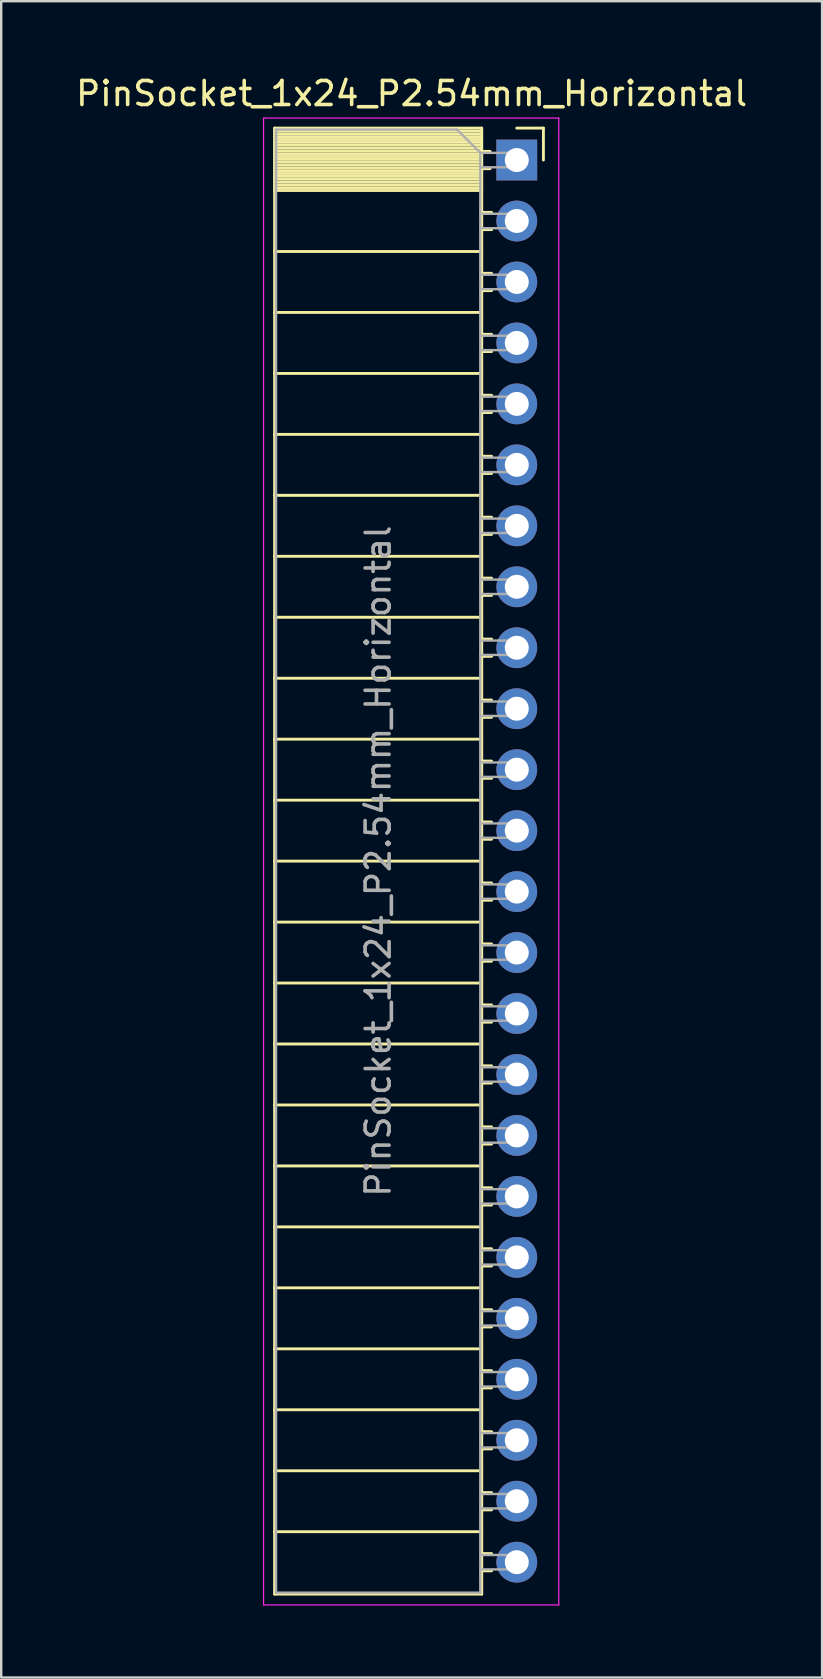
<source format=kicad_pcb>
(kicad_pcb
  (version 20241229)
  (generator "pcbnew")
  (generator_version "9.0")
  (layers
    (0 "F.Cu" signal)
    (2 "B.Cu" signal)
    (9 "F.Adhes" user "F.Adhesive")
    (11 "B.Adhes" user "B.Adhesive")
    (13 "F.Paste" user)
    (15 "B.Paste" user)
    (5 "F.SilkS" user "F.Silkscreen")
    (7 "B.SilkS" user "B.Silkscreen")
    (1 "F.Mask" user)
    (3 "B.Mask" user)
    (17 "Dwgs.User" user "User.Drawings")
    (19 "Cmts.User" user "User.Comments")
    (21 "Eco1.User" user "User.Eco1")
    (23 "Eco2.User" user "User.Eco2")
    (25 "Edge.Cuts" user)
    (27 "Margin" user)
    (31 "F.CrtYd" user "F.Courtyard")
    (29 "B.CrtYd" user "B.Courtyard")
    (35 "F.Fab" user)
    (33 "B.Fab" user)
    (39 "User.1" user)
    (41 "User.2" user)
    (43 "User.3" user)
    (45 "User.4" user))
  (footprint "PinSocket_1x24_P2.54mm_Horizontal"
    (layer "F.Cu")
    (at 18.481 3.618)
    (property "Reference" "PinSocket_1x24_P2.54mm_Horizontal" (at -4.38 -2.77 0) (layer "F.SilkS") (effects (font (size 1 1) (thickness 0.15))))
    (attr through_hole)
    (fp_line (start -10.09 -1.33) (end -10.09 59.75) (stroke (width 0.12) (type solid)) (layer "F.SilkS"))
    (fp_line (start -10.09 -1.33) (end -1.46 -1.33) (stroke (width 0.12) (type solid)) (layer "F.SilkS"))
    (fp_line (start -10.09 -1.21) (end -1.46 -1.21) (stroke (width 0.12) (type solid)) (layer "F.SilkS"))
    (fp_line (start -10.09 -1.092) (end -1.46 -1.092) (stroke (width 0.12) (type solid)) (layer "F.SilkS"))
    (fp_line (start -10.09 -0.974) (end -1.46 -0.974) (stroke (width 0.12) (type solid)) (layer "F.SilkS"))
    (fp_line (start -10.09 -0.856) (end -1.46 -0.856) (stroke (width 0.12) (type solid)) (layer "F.SilkS"))
    (fp_line (start -10.09 -0.738) (end -1.46 -0.738) (stroke (width 0.12) (type solid)) (layer "F.SilkS"))
    (fp_line (start -10.09 -0.62) (end -1.46 -0.62) (stroke (width 0.12) (type solid)) (layer "F.SilkS"))
    (fp_line (start -10.09 -0.501) (end -1.46 -0.501) (stroke (width 0.12) (type solid)) (layer "F.SilkS"))
    (fp_line (start -10.09 -0.383) (end -1.46 -0.383) (stroke (width 0.12) (type solid)) (layer "F.SilkS"))
    (fp_line (start -10.09 -0.265) (end -1.46 -0.265) (stroke (width 0.12) (type solid)) (layer "F.SilkS"))
    (fp_line (start -10.09 -0.147) (end -1.46 -0.147) (stroke (width 0.12) (type solid)) (layer "F.SilkS"))
    (fp_line (start -10.09 -0.029) (end -1.46 -0.029) (stroke (width 0.12) (type solid)) (layer "F.SilkS"))
    (fp_line (start -10.09 0.089) (end -1.46 0.089) (stroke (width 0.12) (type solid)) (layer "F.SilkS"))
    (fp_line (start -10.09 0.207) (end -1.46 0.207) (stroke (width 0.12) (type solid)) (layer "F.SilkS"))
    (fp_line (start -10.09 0.325) (end -1.46 0.325) (stroke (width 0.12) (type solid)) (layer "F.SilkS"))
    (fp_line (start -10.09 0.443) (end -1.46 0.443) (stroke (width 0.12) (type solid)) (layer "F.SilkS"))
    (fp_line (start -10.09 0.561) (end -1.46 0.561) (stroke (width 0.12) (type solid)) (layer "F.SilkS"))
    (fp_line (start -10.09 0.68) (end -1.46 0.68) (stroke (width 0.12) (type solid)) (layer "F.SilkS"))
    (fp_line (start -10.09 0.798) (end -1.46 0.798) (stroke (width 0.12) (type solid)) (layer "F.SilkS"))
    (fp_line (start -10.09 0.916) (end -1.46 0.916) (stroke (width 0.12) (type solid)) (layer "F.SilkS"))
    (fp_line (start -10.09 1.034) (end -1.46 1.034) (stroke (width 0.12) (type solid)) (layer "F.SilkS"))
    (fp_line (start -10.09 1.152) (end -1.46 1.152) (stroke (width 0.12) (type solid)) (layer "F.SilkS"))
    (fp_line (start -10.09 1.27) (end -1.46 1.27) (stroke (width 0.12) (type solid)) (layer "F.SilkS"))
    (fp_line (start -10.09 3.81) (end -1.46 3.81) (stroke (width 0.12) (type solid)) (layer "F.SilkS"))
    (fp_line (start -10.09 6.35) (end -1.46 6.35) (stroke (width 0.12) (type solid)) (layer "F.SilkS"))
    (fp_line (start -10.09 8.89) (end -1.46 8.89) (stroke (width 0.12) (type solid)) (layer "F.SilkS"))
    (fp_line (start -10.09 11.43) (end -1.46 11.43) (stroke (width 0.12) (type solid)) (layer "F.SilkS"))
    (fp_line (start -10.09 13.97) (end -1.46 13.97) (stroke (width 0.12) (type solid)) (layer "F.SilkS"))
    (fp_line (start -10.09 16.51) (end -1.46 16.51) (stroke (width 0.12) (type solid)) (layer "F.SilkS"))
    (fp_line (start -10.09 19.05) (end -1.46 19.05) (stroke (width 0.12) (type solid)) (layer "F.SilkS"))
    (fp_line (start -10.09 21.59) (end -1.46 21.59) (stroke (width 0.12) (type solid)) (layer "F.SilkS"))
    (fp_line (start -10.09 24.13) (end -1.46 24.13) (stroke (width 0.12) (type solid)) (layer "F.SilkS"))
    (fp_line (start -10.09 26.67) (end -1.46 26.67) (stroke (width 0.12) (type solid)) (layer "F.SilkS"))
    (fp_line (start -10.09 29.21) (end -1.46 29.21) (stroke (width 0.12) (type solid)) (layer "F.SilkS"))
    (fp_line (start -10.09 31.75) (end -1.46 31.75) (stroke (width 0.12) (type solid)) (layer "F.SilkS"))
    (fp_line (start -10.09 34.29) (end -1.46 34.29) (stroke (width 0.12) (type solid)) (layer "F.SilkS"))
    (fp_line (start -10.09 36.83) (end -1.46 36.83) (stroke (width 0.12) (type solid)) (layer "F.SilkS"))
    (fp_line (start -10.09 39.37) (end -1.46 39.37) (stroke (width 0.12) (type solid)) (layer "F.SilkS"))
    (fp_line (start -10.09 41.91) (end -1.46 41.91) (stroke (width 0.12) (type solid)) (layer "F.SilkS"))
    (fp_line (start -10.09 44.45) (end -1.46 44.45) (stroke (width 0.12) (type solid)) (layer "F.SilkS"))
    (fp_line (start -10.09 46.99) (end -1.46 46.99) (stroke (width 0.12) (type solid)) (layer "F.SilkS"))
    (fp_line (start -10.09 49.53) (end -1.46 49.53) (stroke (width 0.12) (type solid)) (layer "F.SilkS"))
    (fp_line (start -10.09 52.07) (end -1.46 52.07) (stroke (width 0.12) (type solid)) (layer "F.SilkS"))
    (fp_line (start -10.09 54.61) (end -1.46 54.61) (stroke (width 0.12) (type solid)) (layer "F.SilkS"))
    (fp_line (start -10.09 57.15) (end -1.46 57.15) (stroke (width 0.12) (type solid)) (layer "F.SilkS"))
    (fp_line (start -10.09 59.75) (end -1.46 59.75) (stroke (width 0.12) (type solid)) (layer "F.SilkS"))
    (fp_line (start -1.46 -1.33) (end -1.46 59.75) (stroke (width 0.12) (type solid)) (layer "F.SilkS"))
    (fp_line (start -1.46 -0.36) (end -1.11 -0.36) (stroke (width 0.12) (type solid)) (layer "F.SilkS"))
    (fp_line (start -1.46 0.36) (end -1.11 0.36) (stroke (width 0.12) (type solid)) (layer "F.SilkS"))
    (fp_line (start -1.46 2.18) (end -1.05 2.18) (stroke (width 0.12) (type solid)) (layer "F.SilkS"))
    (fp_line (start -1.46 2.9) (end -1.05 2.9) (stroke (width 0.12) (type solid)) (layer "F.SilkS"))
    (fp_line (start -1.46 4.72) (end -1.05 4.72) (stroke (width 0.12) (type solid)) (layer "F.SilkS"))
    (fp_line (start -1.46 5.44) (end -1.05 5.44) (stroke (width 0.12) (type solid)) (layer "F.SilkS"))
    (fp_line (start -1.46 7.26) (end -1.05 7.26) (stroke (width 0.12) (type solid)) (layer "F.SilkS"))
    (fp_line (start -1.46 7.98) (end -1.05 7.98) (stroke (width 0.12) (type solid)) (layer "F.SilkS"))
    (fp_line (start -1.46 9.8) (end -1.05 9.8) (stroke (width 0.12) (type solid)) (layer "F.SilkS"))
    (fp_line (start -1.46 10.52) (end -1.05 10.52) (stroke (width 0.12) (type solid)) (layer "F.SilkS"))
    (fp_line (start -1.46 12.34) (end -1.05 12.34) (stroke (width 0.12) (type solid)) (layer "F.SilkS"))
    (fp_line (start -1.46 13.06) (end -1.05 13.06) (stroke (width 0.12) (type solid)) (layer "F.SilkS"))
    (fp_line (start -1.46 14.88) (end -1.05 14.88) (stroke (width 0.12) (type solid)) (layer "F.SilkS"))
    (fp_line (start -1.46 15.6) (end -1.05 15.6) (stroke (width 0.12) (type solid)) (layer "F.SilkS"))
    (fp_line (start -1.46 17.42) (end -1.05 17.42) (stroke (width 0.12) (type solid)) (layer "F.SilkS"))
    (fp_line (start -1.46 18.14) (end -1.05 18.14) (stroke (width 0.12) (type solid)) (layer "F.SilkS"))
    (fp_line (start -1.46 19.96) (end -1.05 19.96) (stroke (width 0.12) (type solid)) (layer "F.SilkS"))
    (fp_line (start -1.46 20.68) (end -1.05 20.68) (stroke (width 0.12) (type solid)) (layer "F.SilkS"))
    (fp_line (start -1.46 22.5) (end -1.05 22.5) (stroke (width 0.12) (type solid)) (layer "F.SilkS"))
    (fp_line (start -1.46 23.22) (end -1.05 23.22) (stroke (width 0.12) (type solid)) (layer "F.SilkS"))
    (fp_line (start -1.46 25.04) (end -1.05 25.04) (stroke (width 0.12) (type solid)) (layer "F.SilkS"))
    (fp_line (start -1.46 25.76) (end -1.05 25.76) (stroke (width 0.12) (type solid)) (layer "F.SilkS"))
    (fp_line (start -1.46 27.58) (end -1.05 27.58) (stroke (width 0.12) (type solid)) (layer "F.SilkS"))
    (fp_line (start -1.46 28.3) (end -1.05 28.3) (stroke (width 0.12) (type solid)) (layer "F.SilkS"))
    (fp_line (start -1.46 30.12) (end -1.05 30.12) (stroke (width 0.12) (type solid)) (layer "F.SilkS"))
    (fp_line (start -1.46 30.84) (end -1.05 30.84) (stroke (width 0.12) (type solid)) (layer "F.SilkS"))
    (fp_line (start -1.46 32.66) (end -1.05 32.66) (stroke (width 0.12) (type solid)) (layer "F.SilkS"))
    (fp_line (start -1.46 33.38) (end -1.05 33.38) (stroke (width 0.12) (type solid)) (layer "F.SilkS"))
    (fp_line (start -1.46 35.2) (end -1.05 35.2) (stroke (width 0.12) (type solid)) (layer "F.SilkS"))
    (fp_line (start -1.46 35.92) (end -1.05 35.92) (stroke (width 0.12) (type solid)) (layer "F.SilkS"))
    (fp_line (start -1.46 37.74) (end -1.05 37.74) (stroke (width 0.12) (type solid)) (layer "F.SilkS"))
    (fp_line (start -1.46 38.46) (end -1.05 38.46) (stroke (width 0.12) (type solid)) (layer "F.SilkS"))
    (fp_line (start -1.46 40.28) (end -1.05 40.28) (stroke (width 0.12) (type solid)) (layer "F.SilkS"))
    (fp_line (start -1.46 41) (end -1.05 41) (stroke (width 0.12) (type solid)) (layer "F.SilkS"))
    (fp_line (start -1.46 42.82) (end -1.05 42.82) (stroke (width 0.12) (type solid)) (layer "F.SilkS"))
    (fp_line (start -1.46 43.54) (end -1.05 43.54) (stroke (width 0.12) (type solid)) (layer "F.SilkS"))
    (fp_line (start -1.46 45.36) (end -1.05 45.36) (stroke (width 0.12) (type solid)) (layer "F.SilkS"))
    (fp_line (start -1.46 46.08) (end -1.05 46.08) (stroke (width 0.12) (type solid)) (layer "F.SilkS"))
    (fp_line (start -1.46 47.9) (end -1.05 47.9) (stroke (width 0.12) (type solid)) (layer "F.SilkS"))
    (fp_line (start -1.46 48.62) (end -1.05 48.62) (stroke (width 0.12) (type solid)) (layer "F.SilkS"))
    (fp_line (start -1.46 50.44) (end -1.05 50.44) (stroke (width 0.12) (type solid)) (layer "F.SilkS"))
    (fp_line (start -1.46 51.16) (end -1.05 51.16) (stroke (width 0.12) (type solid)) (layer "F.SilkS"))
    (fp_line (start -1.46 52.98) (end -1.05 52.98) (stroke (width 0.12) (type solid)) (layer "F.SilkS"))
    (fp_line (start -1.46 53.7) (end -1.05 53.7) (stroke (width 0.12) (type solid)) (layer "F.SilkS"))
    (fp_line (start -1.46 55.52) (end -1.05 55.52) (stroke (width 0.12) (type solid)) (layer "F.SilkS"))
    (fp_line (start -1.46 56.24) (end -1.05 56.24) (stroke (width 0.12) (type solid)) (layer "F.SilkS"))
    (fp_line (start -1.46 58.06) (end -1.05 58.06) (stroke (width 0.12) (type solid)) (layer "F.SilkS"))
    (fp_line (start -1.46 58.78) (end -1.05 58.78) (stroke (width 0.12) (type solid)) (layer "F.SilkS"))
    (fp_line (start 0 -1.33) (end 1.11 -1.33) (stroke (width 0.12) (type solid)) (layer "F.SilkS"))
    (fp_line (start 1.11 -1.33) (end 1.11 0) (stroke (width 0.12) (type solid)) (layer "F.SilkS"))
    (fp_line (start -10.55 -1.75) (end -10.55 60.2) (stroke (width 0.05) (type solid)) (layer "F.CrtYd"))
    (fp_line (start -10.55 60.2) (end 1.75 60.2) (stroke (width 0.05) (type solid)) (layer "F.CrtYd"))
    (fp_line (start 1.75 -1.75) (end -10.55 -1.75) (stroke (width 0.05) (type solid)) (layer "F.CrtYd"))
    (fp_line (start 1.75 60.2) (end 1.75 -1.75) (stroke (width 0.05) (type solid)) (layer "F.CrtYd"))
    (fp_line (start -10.03 -1.27) (end -2.49 -1.27) (stroke (width 0.1) (type solid)) (layer "F.Fab"))
    (fp_line (start -10.03 59.69) (end -10.03 -1.27) (stroke (width 0.1) (type solid)) (layer "F.Fab"))
    (fp_line (start -2.49 -1.27) (end -1.52 -0.3) (stroke (width 0.1) (type solid)) (layer "F.Fab"))
    (fp_line (start -1.52 -0.3) (end -1.52 59.69) (stroke (width 0.1) (type solid)) (layer "F.Fab"))
    (fp_line (start -1.52 0.3) (end 0 0.3) (stroke (width 0.1) (type solid)) (layer "F.Fab"))
    (fp_line (start -1.52 2.84) (end 0 2.84) (stroke (width 0.1) (type solid)) (layer "F.Fab"))
    (fp_line (start -1.52 5.38) (end 0 5.38) (stroke (width 0.1) (type solid)) (layer "F.Fab"))
    (fp_line (start -1.52 7.92) (end 0 7.92) (stroke (width 0.1) (type solid)) (layer "F.Fab"))
    (fp_line (start -1.52 10.46) (end 0 10.46) (stroke (width 0.1) (type solid)) (layer "F.Fab"))
    (fp_line (start -1.52 13) (end 0 13) (stroke (width 0.1) (type solid)) (layer "F.Fab"))
    (fp_line (start -1.52 15.54) (end 0 15.54) (stroke (width 0.1) (type solid)) (layer "F.Fab"))
    (fp_line (start -1.52 18.08) (end 0 18.08) (stroke (width 0.1) (type solid)) (layer "F.Fab"))
    (fp_line (start -1.52 20.62) (end 0 20.62) (stroke (width 0.1) (type solid)) (layer "F.Fab"))
    (fp_line (start -1.52 23.16) (end 0 23.16) (stroke (width 0.1) (type solid)) (layer "F.Fab"))
    (fp_line (start -1.52 25.7) (end 0 25.7) (stroke (width 0.1) (type solid)) (layer "F.Fab"))
    (fp_line (start -1.52 28.24) (end 0 28.24) (stroke (width 0.1) (type solid)) (layer "F.Fab"))
    (fp_line (start -1.52 30.78) (end 0 30.78) (stroke (width 0.1) (type solid)) (layer "F.Fab"))
    (fp_line (start -1.52 33.32) (end 0 33.32) (stroke (width 0.1) (type solid)) (layer "F.Fab"))
    (fp_line (start -1.52 35.86) (end 0 35.86) (stroke (width 0.1) (type solid)) (layer "F.Fab"))
    (fp_line (start -1.52 38.4) (end 0 38.4) (stroke (width 0.1) (type solid)) (layer "F.Fab"))
    (fp_line (start -1.52 40.94) (end 0 40.94) (stroke (width 0.1) (type solid)) (layer "F.Fab"))
    (fp_line (start -1.52 43.48) (end 0 43.48) (stroke (width 0.1) (type solid)) (layer "F.Fab"))
    (fp_line (start -1.52 46.02) (end 0 46.02) (stroke (width 0.1) (type solid)) (layer "F.Fab"))
    (fp_line (start -1.52 48.56) (end 0 48.56) (stroke (width 0.1) (type solid)) (layer "F.Fab"))
    (fp_line (start -1.52 51.1) (end 0 51.1) (stroke (width 0.1) (type solid)) (layer "F.Fab"))
    (fp_line (start -1.52 53.64) (end 0 53.64) (stroke (width 0.1) (type solid)) (layer "F.Fab"))
    (fp_line (start -1.52 56.18) (end 0 56.18) (stroke (width 0.1) (type solid)) (layer "F.Fab"))
    (fp_line (start -1.52 58.72) (end 0 58.72) (stroke (width 0.1) (type solid)) (layer "F.Fab"))
    (fp_line (start -1.52 59.69) (end -10.03 59.69) (stroke (width 0.1) (type solid)) (layer "F.Fab"))
    (fp_line (start 0 -0.3) (end -1.52 -0.3) (stroke (width 0.1) (type solid)) (layer "F.Fab"))
    (fp_line (start 0 0.3) (end 0 -0.3) (stroke (width 0.1) (type solid)) (layer "F.Fab"))
    (fp_line (start 0 2.24) (end -1.52 2.24) (stroke (width 0.1) (type solid)) (layer "F.Fab"))
    (fp_line (start 0 2.84) (end 0 2.24) (stroke (width 0.1) (type solid)) (layer "F.Fab"))
    (fp_line (start 0 4.78) (end -1.52 4.78) (stroke (width 0.1) (type solid)) (layer "F.Fab"))
    (fp_line (start 0 5.38) (end 0 4.78) (stroke (width 0.1) (type solid)) (layer "F.Fab"))
    (fp_line (start 0 7.32) (end -1.52 7.32) (stroke (width 0.1) (type solid)) (layer "F.Fab"))
    (fp_line (start 0 7.92) (end 0 7.32) (stroke (width 0.1) (type solid)) (layer "F.Fab"))
    (fp_line (start 0 9.86) (end -1.52 9.86) (stroke (width 0.1) (type solid)) (layer "F.Fab"))
    (fp_line (start 0 10.46) (end 0 9.86) (stroke (width 0.1) (type solid)) (layer "F.Fab"))
    (fp_line (start 0 12.4) (end -1.52 12.4) (stroke (width 0.1) (type solid)) (layer "F.Fab"))
    (fp_line (start 0 13) (end 0 12.4) (stroke (width 0.1) (type solid)) (layer "F.Fab"))
    (fp_line (start 0 14.94) (end -1.52 14.94) (stroke (width 0.1) (type solid)) (layer "F.Fab"))
    (fp_line (start 0 15.54) (end 0 14.94) (stroke (width 0.1) (type solid)) (layer "F.Fab"))
    (fp_line (start 0 17.48) (end -1.52 17.48) (stroke (width 0.1) (type solid)) (layer "F.Fab"))
    (fp_line (start 0 18.08) (end 0 17.48) (stroke (width 0.1) (type solid)) (layer "F.Fab"))
    (fp_line (start 0 20.02) (end -1.52 20.02) (stroke (width 0.1) (type solid)) (layer "F.Fab"))
    (fp_line (start 0 20.62) (end 0 20.02) (stroke (width 0.1) (type solid)) (layer "F.Fab"))
    (fp_line (start 0 22.56) (end -1.52 22.56) (stroke (width 0.1) (type solid)) (layer "F.Fab"))
    (fp_line (start 0 23.16) (end 0 22.56) (stroke (width 0.1) (type solid)) (layer "F.Fab"))
    (fp_line (start 0 25.1) (end -1.52 25.1) (stroke (width 0.1) (type solid)) (layer "F.Fab"))
    (fp_line (start 0 25.7) (end 0 25.1) (stroke (width 0.1) (type solid)) (layer "F.Fab"))
    (fp_line (start 0 27.64) (end -1.52 27.64) (stroke (width 0.1) (type solid)) (layer "F.Fab"))
    (fp_line (start 0 28.24) (end 0 27.64) (stroke (width 0.1) (type solid)) (layer "F.Fab"))
    (fp_line (start 0 30.18) (end -1.52 30.18) (stroke (width 0.1) (type solid)) (layer "F.Fab"))
    (fp_line (start 0 30.78) (end 0 30.18) (stroke (width 0.1) (type solid)) (layer "F.Fab"))
    (fp_line (start 0 32.72) (end -1.52 32.72) (stroke (width 0.1) (type solid)) (layer "F.Fab"))
    (fp_line (start 0 33.32) (end 0 32.72) (stroke (width 0.1) (type solid)) (layer "F.Fab"))
    (fp_line (start 0 35.26) (end -1.52 35.26) (stroke (width 0.1) (type solid)) (layer "F.Fab"))
    (fp_line (start 0 35.86) (end 0 35.26) (stroke (width 0.1) (type solid)) (layer "F.Fab"))
    (fp_line (start 0 37.8) (end -1.52 37.8) (stroke (width 0.1) (type solid)) (layer "F.Fab"))
    (fp_line (start 0 38.4) (end 0 37.8) (stroke (width 0.1) (type solid)) (layer "F.Fab"))
    (fp_line (start 0 40.34) (end -1.52 40.34) (stroke (width 0.1) (type solid)) (layer "F.Fab"))
    (fp_line (start 0 40.94) (end 0 40.34) (stroke (width 0.1) (type solid)) (layer "F.Fab"))
    (fp_line (start 0 42.88) (end -1.52 42.88) (stroke (width 0.1) (type solid)) (layer "F.Fab"))
    (fp_line (start 0 43.48) (end 0 42.88) (stroke (width 0.1) (type solid)) (layer "F.Fab"))
    (fp_line (start 0 45.42) (end -1.52 45.42) (stroke (width 0.1) (type solid)) (layer "F.Fab"))
    (fp_line (start 0 46.02) (end 0 45.42) (stroke (width 0.1) (type solid)) (layer "F.Fab"))
    (fp_line (start 0 47.96) (end -1.52 47.96) (stroke (width 0.1) (type solid)) (layer "F.Fab"))
    (fp_line (start 0 48.56) (end 0 47.96) (stroke (width 0.1) (type solid)) (layer "F.Fab"))
    (fp_line (start 0 50.5) (end -1.52 50.5) (stroke (width 0.1) (type solid)) (layer "F.Fab"))
    (fp_line (start 0 51.1) (end 0 50.5) (stroke (width 0.1) (type solid)) (layer "F.Fab"))
    (fp_line (start 0 53.04) (end -1.52 53.04) (stroke (width 0.1) (type solid)) (layer "F.Fab"))
    (fp_line (start 0 53.64) (end 0 53.04) (stroke (width 0.1) (type solid)) (layer "F.Fab"))
    (fp_line (start 0 55.58) (end -1.52 55.58) (stroke (width 0.1) (type solid)) (layer "F.Fab"))
    (fp_line (start 0 56.18) (end 0 55.58) (stroke (width 0.1) (type solid)) (layer "F.Fab"))
    (fp_line (start 0 58.12) (end -1.52 58.12) (stroke (width 0.1) (type solid)) (layer "F.Fab"))
    (fp_line (start 0 58.72) (end 0 58.12) (stroke (width 0.1) (type solid)) (layer "F.Fab"))
    (fp_text user "${REFERENCE}" (at -5.775 29.21 90) (layer "F.Fab") (effects (font (size 1 1) (thickness 0.15))))
    (pad "1" thru_hole rect (at 0 0) (size 1.7 1.7) (drill 1) (layers "*.Cu" "*.Mask"))
    (pad "2" thru_hole circle (at 0 2.54) (size 1.7 1.7) (drill 1) (layers "*.Cu" "*.Mask"))
    (pad "3" thru_hole circle (at 0 5.08) (size 1.7 1.7) (drill 1) (layers "*.Cu" "*.Mask"))
    (pad "4" thru_hole circle (at 0 7.62) (size 1.7 1.7) (drill 1) (layers "*.Cu" "*.Mask"))
    (pad "5" thru_hole circle (at 0 10.16) (size 1.7 1.7) (drill 1) (layers "*.Cu" "*.Mask"))
    (pad "6" thru_hole circle (at 0 12.7) (size 1.7 1.7) (drill 1) (layers "*.Cu" "*.Mask"))
    (pad "7" thru_hole circle (at 0 15.24) (size 1.7 1.7) (drill 1) (layers "*.Cu" "*.Mask"))
    (pad "8" thru_hole circle (at 0 17.78) (size 1.7 1.7) (drill 1) (layers "*.Cu" "*.Mask"))
    (pad "9" thru_hole circle (at 0 20.32) (size 1.7 1.7) (drill 1) (layers "*.Cu" "*.Mask"))
    (pad "10" thru_hole circle (at 0 22.86) (size 1.7 1.7) (drill 1) (layers "*.Cu" "*.Mask"))
    (pad "11" thru_hole circle (at 0 25.4) (size 1.7 1.7) (drill 1) (layers "*.Cu" "*.Mask"))
    (pad "12" thru_hole circle (at 0 27.94) (size 1.7 1.7) (drill 1) (layers "*.Cu" "*.Mask"))
    (pad "13" thru_hole circle (at 0 30.48) (size 1.7 1.7) (drill 1) (layers "*.Cu" "*.Mask"))
    (pad "14" thru_hole circle (at 0 33.02) (size 1.7 1.7) (drill 1) (layers "*.Cu" "*.Mask"))
    (pad "15" thru_hole circle (at 0 35.56) (size 1.7 1.7) (drill 1) (layers "*.Cu" "*.Mask"))
    (pad "16" thru_hole circle (at 0 38.1) (size 1.7 1.7) (drill 1) (layers "*.Cu" "*.Mask"))
    (pad "17" thru_hole circle (at 0 40.64) (size 1.7 1.7) (drill 1) (layers "*.Cu" "*.Mask"))
    (pad "18" thru_hole circle (at 0 43.18) (size 1.7 1.7) (drill 1) (layers "*.Cu" "*.Mask"))
    (pad "19" thru_hole circle (at 0 45.72) (size 1.7 1.7) (drill 1) (layers "*.Cu" "*.Mask"))
    (pad "20" thru_hole circle (at 0 48.26) (size 1.7 1.7) (drill 1) (layers "*.Cu" "*.Mask"))
    (pad "21" thru_hole circle (at 0 50.8) (size 1.7 1.7) (drill 1) (layers "*.Cu" "*.Mask"))
    (pad "22" thru_hole circle (at 0 53.34) (size 1.7 1.7) (drill 1) (layers "*.Cu" "*.Mask"))
    (pad "23" thru_hole circle (at 0 55.88) (size 1.7 1.7) (drill 1) (layers "*.Cu" "*.Mask"))
    (pad "24" thru_hole circle (at 0 58.42) (size 1.7 1.7) (drill 1) (layers "*.Cu" "*.Mask")))
  (gr_rect
    (start -3 -3)
    (end 31.202 66.843)
    (stroke (width 0.1) (type default))
    (fill no)
    (layer "Edge.Cuts")))
</source>
